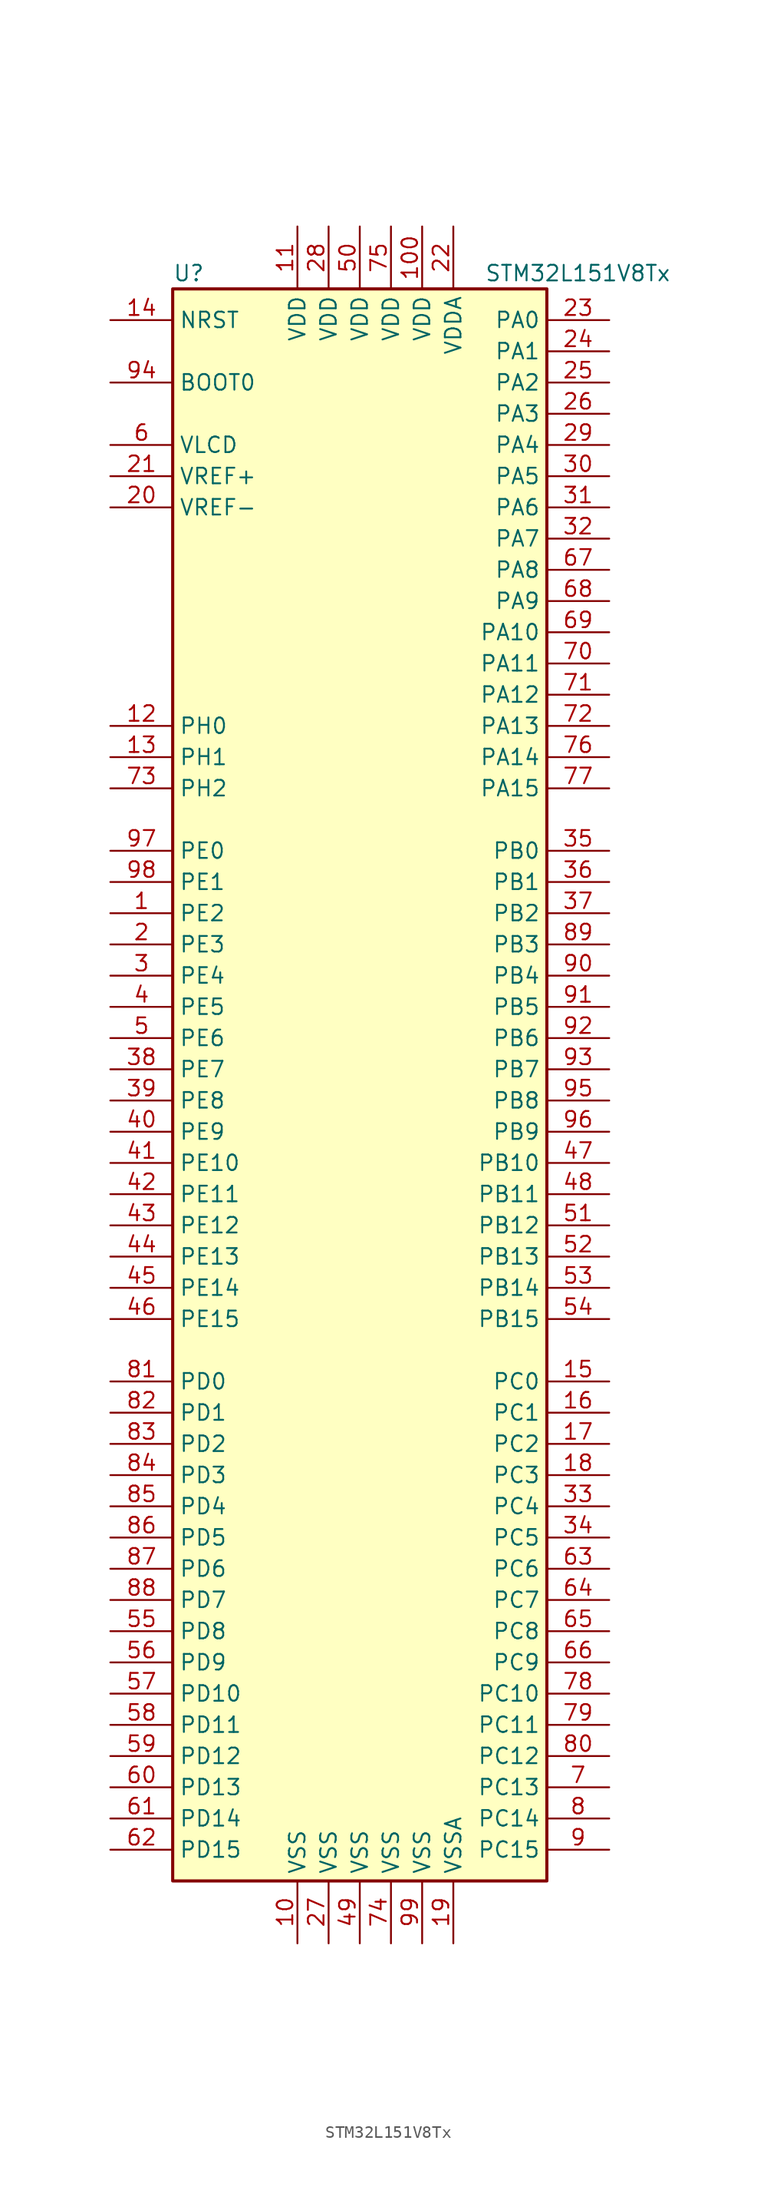
<source format=kicad_sym>
(kicad_symbol_lib
  (version 20201005)
  (generator kicad_symbol_editor)
  (symbol "STM32L151V8Tx"
    (property "Reference" "U"
      (at -15.24 64.77 0)
      (effects (font (size 1.27 1.27)) (justify left)))
    (property "Value" "STM32L151V8Tx"
      (at 10.16 64.77 0)
      (effects (font (size 1.27 1.27)) (justify left)))
    (symbol "STM32L151V8Tx_0_1"
      (rectangle (start -15.24 -66.04) (end 15.24 63.5) (stroke (width 0.254)) (fill (type background))))
    (symbol "STM32L151V8Tx_1_1"
      (pin bidirectional line (at -20.32 12.7 0) (length 5.08) (name "PE2" (effects (font (size 1.27 1.27)))) (number "1" (effects (font (size 1.27 1.27)))))
      (pin power_in line (at -5.08 -71.12 90) (length 5.08) (name "VSS" (effects (font (size 1.27 1.27)))) (number "10" (effects (font (size 1.27 1.27)))))
      (pin power_in line (at 5.08 68.58 270) (length 5.08) (name "VDD" (effects (font (size 1.27 1.27)))) (number "100" (effects (font (size 1.27 1.27)))))
      (pin power_in line (at -5.08 68.58 270) (length 5.08) (name "VDD" (effects (font (size 1.27 1.27)))) (number "11" (effects (font (size 1.27 1.27)))))
      (pin input line (at -20.32 27.94 0) (length 5.08) (name "PH0" (effects (font (size 1.27 1.27)))) (number "12" (effects (font (size 1.27 1.27)))))
      (pin input line (at -20.32 25.4 0) (length 5.08) (name "PH1" (effects (font (size 1.27 1.27)))) (number "13" (effects (font (size 1.27 1.27)))))
      (pin input line (at -20.32 60.96 0) (length 5.08) (name "NRST" (effects (font (size 1.27 1.27)))) (number "14" (effects (font (size 1.27 1.27)))))
      (pin bidirectional line (at 20.32 -25.4 180) (length 5.08) (name "PC0" (effects (font (size 1.27 1.27)))) (number "15" (effects (font (size 1.27 1.27)))))
      (pin bidirectional line (at 20.32 -27.94 180) (length 5.08) (name "PC1" (effects (font (size 1.27 1.27)))) (number "16" (effects (font (size 1.27 1.27)))))
      (pin bidirectional line (at 20.32 -30.48 180) (length 5.08) (name "PC2" (effects (font (size 1.27 1.27)))) (number "17" (effects (font (size 1.27 1.27)))))
      (pin bidirectional line (at 20.32 -33.02 180) (length 5.08) (name "PC3" (effects (font (size 1.27 1.27)))) (number "18" (effects (font (size 1.27 1.27)))))
      (pin power_in line (at 7.62 -71.12 90) (length 5.08) (name "VSSA" (effects (font (size 1.27 1.27)))) (number "19" (effects (font (size 1.27 1.27)))))
      (pin bidirectional line (at -20.32 10.16 0) (length 5.08) (name "PE3" (effects (font (size 1.27 1.27)))) (number "2" (effects (font (size 1.27 1.27)))))
      (pin power_in line (at -20.32 45.72 0) (length 5.08) (name "VREF-" (effects (font (size 1.27 1.27)))) (number "20" (effects (font (size 1.27 1.27)))))
      (pin power_in line (at -20.32 48.26 0) (length 5.08) (name "VREF+" (effects (font (size 1.27 1.27)))) (number "21" (effects (font (size 1.27 1.27)))))
      (pin power_in line (at 7.62 68.58 270) (length 5.08) (name "VDDA" (effects (font (size 1.27 1.27)))) (number "22" (effects (font (size 1.27 1.27)))))
      (pin bidirectional line (at 20.32 60.96 180) (length 5.08) (name "PA0" (effects (font (size 1.27 1.27)))) (number "23" (effects (font (size 1.27 1.27)))))
      (pin bidirectional line (at 20.32 58.42 180) (length 5.08) (name "PA1" (effects (font (size 1.27 1.27)))) (number "24" (effects (font (size 1.27 1.27)))))
      (pin bidirectional line (at 20.32 55.88 180) (length 5.08) (name "PA2" (effects (font (size 1.27 1.27)))) (number "25" (effects (font (size 1.27 1.27)))))
      (pin bidirectional line (at 20.32 53.34 180) (length 5.08) (name "PA3" (effects (font (size 1.27 1.27)))) (number "26" (effects (font (size 1.27 1.27)))))
      (pin power_in line (at -2.54 -71.12 90) (length 5.08) (name "VSS" (effects (font (size 1.27 1.27)))) (number "27" (effects (font (size 1.27 1.27)))))
      (pin power_in line (at -2.54 68.58 270) (length 5.08) (name "VDD" (effects (font (size 1.27 1.27)))) (number "28" (effects (font (size 1.27 1.27)))))
      (pin bidirectional line (at 20.32 50.8 180) (length 5.08) (name "PA4" (effects (font (size 1.27 1.27)))) (number "29" (effects (font (size 1.27 1.27)))))
      (pin bidirectional line (at -20.32 7.62 0) (length 5.08) (name "PE4" (effects (font (size 1.27 1.27)))) (number "3" (effects (font (size 1.27 1.27)))))
      (pin bidirectional line (at 20.32 48.26 180) (length 5.08) (name "PA5" (effects (font (size 1.27 1.27)))) (number "30" (effects (font (size 1.27 1.27)))))
      (pin bidirectional line (at 20.32 45.72 180) (length 5.08) (name "PA6" (effects (font (size 1.27 1.27)))) (number "31" (effects (font (size 1.27 1.27)))))
      (pin bidirectional line (at 20.32 43.18 180) (length 5.08) (name "PA7" (effects (font (size 1.27 1.27)))) (number "32" (effects (font (size 1.27 1.27)))))
      (pin bidirectional line (at 20.32 -35.56 180) (length 5.08) (name "PC4" (effects (font (size 1.27 1.27)))) (number "33" (effects (font (size 1.27 1.27)))))
      (pin bidirectional line (at 20.32 -38.1 180) (length 5.08) (name "PC5" (effects (font (size 1.27 1.27)))) (number "34" (effects (font (size 1.27 1.27)))))
      (pin bidirectional line (at 20.32 17.78 180) (length 5.08) (name "PB0" (effects (font (size 1.27 1.27)))) (number "35" (effects (font (size 1.27 1.27)))))
      (pin bidirectional line (at 20.32 15.24 180) (length 5.08) (name "PB1" (effects (font (size 1.27 1.27)))) (number "36" (effects (font (size 1.27 1.27)))))
      (pin bidirectional line (at 20.32 12.7 180) (length 5.08) (name "PB2" (effects (font (size 1.27 1.27)))) (number "37" (effects (font (size 1.27 1.27)))))
      (pin bidirectional line (at -20.32 0 0) (length 5.08) (name "PE7" (effects (font (size 1.27 1.27)))) (number "38" (effects (font (size 1.27 1.27)))))
      (pin bidirectional line (at -20.32 -2.54 0) (length 5.08) (name "PE8" (effects (font (size 1.27 1.27)))) (number "39" (effects (font (size 1.27 1.27)))))
      (pin bidirectional line (at -20.32 5.08 0) (length 5.08) (name "PE5" (effects (font (size 1.27 1.27)))) (number "4" (effects (font (size 1.27 1.27)))))
      (pin bidirectional line (at -20.32 -5.08 0) (length 5.08) (name "PE9" (effects (font (size 1.27 1.27)))) (number "40" (effects (font (size 1.27 1.27)))))
      (pin bidirectional line (at -20.32 -7.62 0) (length 5.08) (name "PE10" (effects (font (size 1.27 1.27)))) (number "41" (effects (font (size 1.27 1.27)))))
      (pin bidirectional line (at -20.32 -10.16 0) (length 5.08) (name "PE11" (effects (font (size 1.27 1.27)))) (number "42" (effects (font (size 1.27 1.27)))))
      (pin bidirectional line (at -20.32 -12.7 0) (length 5.08) (name "PE12" (effects (font (size 1.27 1.27)))) (number "43" (effects (font (size 1.27 1.27)))))
      (pin bidirectional line (at -20.32 -15.24 0) (length 5.08) (name "PE13" (effects (font (size 1.27 1.27)))) (number "44" (effects (font (size 1.27 1.27)))))
      (pin bidirectional line (at -20.32 -17.78 0) (length 5.08) (name "PE14" (effects (font (size 1.27 1.27)))) (number "45" (effects (font (size 1.27 1.27)))))
      (pin bidirectional line (at -20.32 -20.32 0) (length 5.08) (name "PE15" (effects (font (size 1.27 1.27)))) (number "46" (effects (font (size 1.27 1.27)))))
      (pin bidirectional line (at 20.32 -7.62 180) (length 5.08) (name "PB10" (effects (font (size 1.27 1.27)))) (number "47" (effects (font (size 1.27 1.27)))))
      (pin bidirectional line (at 20.32 -10.16 180) (length 5.08) (name "PB11" (effects (font (size 1.27 1.27)))) (number "48" (effects (font (size 1.27 1.27)))))
      (pin power_in line (at 0 -71.12 90) (length 5.08) (name "VSS" (effects (font (size 1.27 1.27)))) (number "49" (effects (font (size 1.27 1.27)))))
      (pin bidirectional line (at -20.32 2.54 0) (length 5.08) (name "PE6" (effects (font (size 1.27 1.27)))) (number "5" (effects (font (size 1.27 1.27)))))
      (pin power_in line (at 0 68.58 270) (length 5.08) (name "VDD" (effects (font (size 1.27 1.27)))) (number "50" (effects (font (size 1.27 1.27)))))
      (pin bidirectional line (at 20.32 -12.7 180) (length 5.08) (name "PB12" (effects (font (size 1.27 1.27)))) (number "51" (effects (font (size 1.27 1.27)))))
      (pin bidirectional line (at 20.32 -15.24 180) (length 5.08) (name "PB13" (effects (font (size 1.27 1.27)))) (number "52" (effects (font (size 1.27 1.27)))))
      (pin bidirectional line (at 20.32 -17.78 180) (length 5.08) (name "PB14" (effects (font (size 1.27 1.27)))) (number "53" (effects (font (size 1.27 1.27)))))
      (pin bidirectional line (at 20.32 -20.32 180) (length 5.08) (name "PB15" (effects (font (size 1.27 1.27)))) (number "54" (effects (font (size 1.27 1.27)))))
      (pin bidirectional line (at -20.32 -45.72 0) (length 5.08) (name "PD8" (effects (font (size 1.27 1.27)))) (number "55" (effects (font (size 1.27 1.27)))))
      (pin bidirectional line (at -20.32 -48.26 0) (length 5.08) (name "PD9" (effects (font (size 1.27 1.27)))) (number "56" (effects (font (size 1.27 1.27)))))
      (pin bidirectional line (at -20.32 -50.8 0) (length 5.08) (name "PD10" (effects (font (size 1.27 1.27)))) (number "57" (effects (font (size 1.27 1.27)))))
      (pin bidirectional line (at -20.32 -53.34 0) (length 5.08) (name "PD11" (effects (font (size 1.27 1.27)))) (number "58" (effects (font (size 1.27 1.27)))))
      (pin bidirectional line (at -20.32 -55.88 0) (length 5.08) (name "PD12" (effects (font (size 1.27 1.27)))) (number "59" (effects (font (size 1.27 1.27)))))
      (pin power_in line (at -20.32 50.8 0) (length 5.08) (name "VLCD" (effects (font (size 1.27 1.27)))) (number "6" (effects (font (size 1.27 1.27)))))
      (pin bidirectional line (at -20.32 -58.42 0) (length 5.08) (name "PD13" (effects (font (size 1.27 1.27)))) (number "60" (effects (font (size 1.27 1.27)))))
      (pin bidirectional line (at -20.32 -60.96 0) (length 5.08) (name "PD14" (effects (font (size 1.27 1.27)))) (number "61" (effects (font (size 1.27 1.27)))))
      (pin bidirectional line (at -20.32 -63.5 0) (length 5.08) (name "PD15" (effects (font (size 1.27 1.27)))) (number "62" (effects (font (size 1.27 1.27)))))
      (pin bidirectional line (at 20.32 -40.64 180) (length 5.08) (name "PC6" (effects (font (size 1.27 1.27)))) (number "63" (effects (font (size 1.27 1.27)))))
      (pin bidirectional line (at 20.32 -43.18 180) (length 5.08) (name "PC7" (effects (font (size 1.27 1.27)))) (number "64" (effects (font (size 1.27 1.27)))))
      (pin bidirectional line (at 20.32 -45.72 180) (length 5.08) (name "PC8" (effects (font (size 1.27 1.27)))) (number "65" (effects (font (size 1.27 1.27)))))
      (pin bidirectional line (at 20.32 -48.26 180) (length 5.08) (name "PC9" (effects (font (size 1.27 1.27)))) (number "66" (effects (font (size 1.27 1.27)))))
      (pin bidirectional line (at 20.32 40.64 180) (length 5.08) (name "PA8" (effects (font (size 1.27 1.27)))) (number "67" (effects (font (size 1.27 1.27)))))
      (pin bidirectional line (at 20.32 38.1 180) (length 5.08) (name "PA9" (effects (font (size 1.27 1.27)))) (number "68" (effects (font (size 1.27 1.27)))))
      (pin bidirectional line (at 20.32 35.56 180) (length 5.08) (name "PA10" (effects (font (size 1.27 1.27)))) (number "69" (effects (font (size 1.27 1.27)))))
      (pin bidirectional line (at 20.32 -58.42 180) (length 5.08) (name "PC13" (effects (font (size 1.27 1.27)))) (number "7" (effects (font (size 1.27 1.27)))))
      (pin bidirectional line (at 20.32 33.02 180) (length 5.08) (name "PA11" (effects (font (size 1.27 1.27)))) (number "70" (effects (font (size 1.27 1.27)))))
      (pin bidirectional line (at 20.32 30.48 180) (length 5.08) (name "PA12" (effects (font (size 1.27 1.27)))) (number "71" (effects (font (size 1.27 1.27)))))
      (pin bidirectional line (at 20.32 27.94 180) (length 5.08) (name "PA13" (effects (font (size 1.27 1.27)))) (number "72" (effects (font (size 1.27 1.27)))))
      (pin bidirectional line (at -20.32 22.86 0) (length 5.08) (name "PH2" (effects (font (size 1.27 1.27)))) (number "73" (effects (font (size 1.27 1.27)))))
      (pin power_in line (at 2.54 -71.12 90) (length 5.08) (name "VSS" (effects (font (size 1.27 1.27)))) (number "74" (effects (font (size 1.27 1.27)))))
      (pin power_in line (at 2.54 68.58 270) (length 5.08) (name "VDD" (effects (font (size 1.27 1.27)))) (number "75" (effects (font (size 1.27 1.27)))))
      (pin bidirectional line (at 20.32 25.4 180) (length 5.08) (name "PA14" (effects (font (size 1.27 1.27)))) (number "76" (effects (font (size 1.27 1.27)))))
      (pin bidirectional line (at 20.32 22.86 180) (length 5.08) (name "PA15" (effects (font (size 1.27 1.27)))) (number "77" (effects (font (size 1.27 1.27)))))
      (pin bidirectional line (at 20.32 -50.8 180) (length 5.08) (name "PC10" (effects (font (size 1.27 1.27)))) (number "78" (effects (font (size 1.27 1.27)))))
      (pin bidirectional line (at 20.32 -53.34 180) (length 5.08) (name "PC11" (effects (font (size 1.27 1.27)))) (number "79" (effects (font (size 1.27 1.27)))))
      (pin bidirectional line (at 20.32 -60.96 180) (length 5.08) (name "PC14" (effects (font (size 1.27 1.27)))) (number "8" (effects (font (size 1.27 1.27)))))
      (pin bidirectional line (at 20.32 -55.88 180) (length 5.08) (name "PC12" (effects (font (size 1.27 1.27)))) (number "80" (effects (font (size 1.27 1.27)))))
      (pin bidirectional line (at -20.32 -25.4 0) (length 5.08) (name "PD0" (effects (font (size 1.27 1.27)))) (number "81" (effects (font (size 1.27 1.27)))))
      (pin bidirectional line (at -20.32 -27.94 0) (length 5.08) (name "PD1" (effects (font (size 1.27 1.27)))) (number "82" (effects (font (size 1.27 1.27)))))
      (pin bidirectional line (at -20.32 -30.48 0) (length 5.08) (name "PD2" (effects (font (size 1.27 1.27)))) (number "83" (effects (font (size 1.27 1.27)))))
      (pin bidirectional line (at -20.32 -33.02 0) (length 5.08) (name "PD3" (effects (font (size 1.27 1.27)))) (number "84" (effects (font (size 1.27 1.27)))))
      (pin bidirectional line (at -20.32 -35.56 0) (length 5.08) (name "PD4" (effects (font (size 1.27 1.27)))) (number "85" (effects (font (size 1.27 1.27)))))
      (pin bidirectional line (at -20.32 -38.1 0) (length 5.08) (name "PD5" (effects (font (size 1.27 1.27)))) (number "86" (effects (font (size 1.27 1.27)))))
      (pin bidirectional line (at -20.32 -40.64 0) (length 5.08) (name "PD6" (effects (font (size 1.27 1.27)))) (number "87" (effects (font (size 1.27 1.27)))))
      (pin bidirectional line (at -20.32 -43.18 0) (length 5.08) (name "PD7" (effects (font (size 1.27 1.27)))) (number "88" (effects (font (size 1.27 1.27)))))
      (pin bidirectional line (at 20.32 10.16 180) (length 5.08) (name "PB3" (effects (font (size 1.27 1.27)))) (number "89" (effects (font (size 1.27 1.27)))))
      (pin bidirectional line (at 20.32 -63.5 180) (length 5.08) (name "PC15" (effects (font (size 1.27 1.27)))) (number "9" (effects (font (size 1.27 1.27)))))
      (pin bidirectional line (at 20.32 7.62 180) (length 5.08) (name "PB4" (effects (font (size 1.27 1.27)))) (number "90" (effects (font (size 1.27 1.27)))))
      (pin bidirectional line (at 20.32 5.08 180) (length 5.08) (name "PB5" (effects (font (size 1.27 1.27)))) (number "91" (effects (font (size 1.27 1.27)))))
      (pin bidirectional line (at 20.32 2.54 180) (length 5.08) (name "PB6" (effects (font (size 1.27 1.27)))) (number "92" (effects (font (size 1.27 1.27)))))
      (pin bidirectional line (at 20.32 0 180) (length 5.08) (name "PB7" (effects (font (size 1.27 1.27)))) (number "93" (effects (font (size 1.27 1.27)))))
      (pin input line (at -20.32 55.88 0) (length 5.08) (name "BOOT0" (effects (font (size 1.27 1.27)))) (number "94" (effects (font (size 1.27 1.27)))))
      (pin bidirectional line (at 20.32 -2.54 180) (length 5.08) (name "PB8" (effects (font (size 1.27 1.27)))) (number "95" (effects (font (size 1.27 1.27)))))
      (pin bidirectional line (at 20.32 -5.08 180) (length 5.08) (name "PB9" (effects (font (size 1.27 1.27)))) (number "96" (effects (font (size 1.27 1.27)))))
      (pin bidirectional line (at -20.32 17.78 0) (length 5.08) (name "PE0" (effects (font (size 1.27 1.27)))) (number "97" (effects (font (size 1.27 1.27)))))
      (pin bidirectional line (at -20.32 15.24 0) (length 5.08) (name "PE1" (effects (font (size 1.27 1.27)))) (number "98" (effects (font (size 1.27 1.27)))))
      (pin power_in line (at 5.08 -71.12 90) (length 5.08) (name "VSS" (effects (font (size 1.27 1.27)))) (number "99" (effects (font (size 1.27 1.27))))))))
</source>
